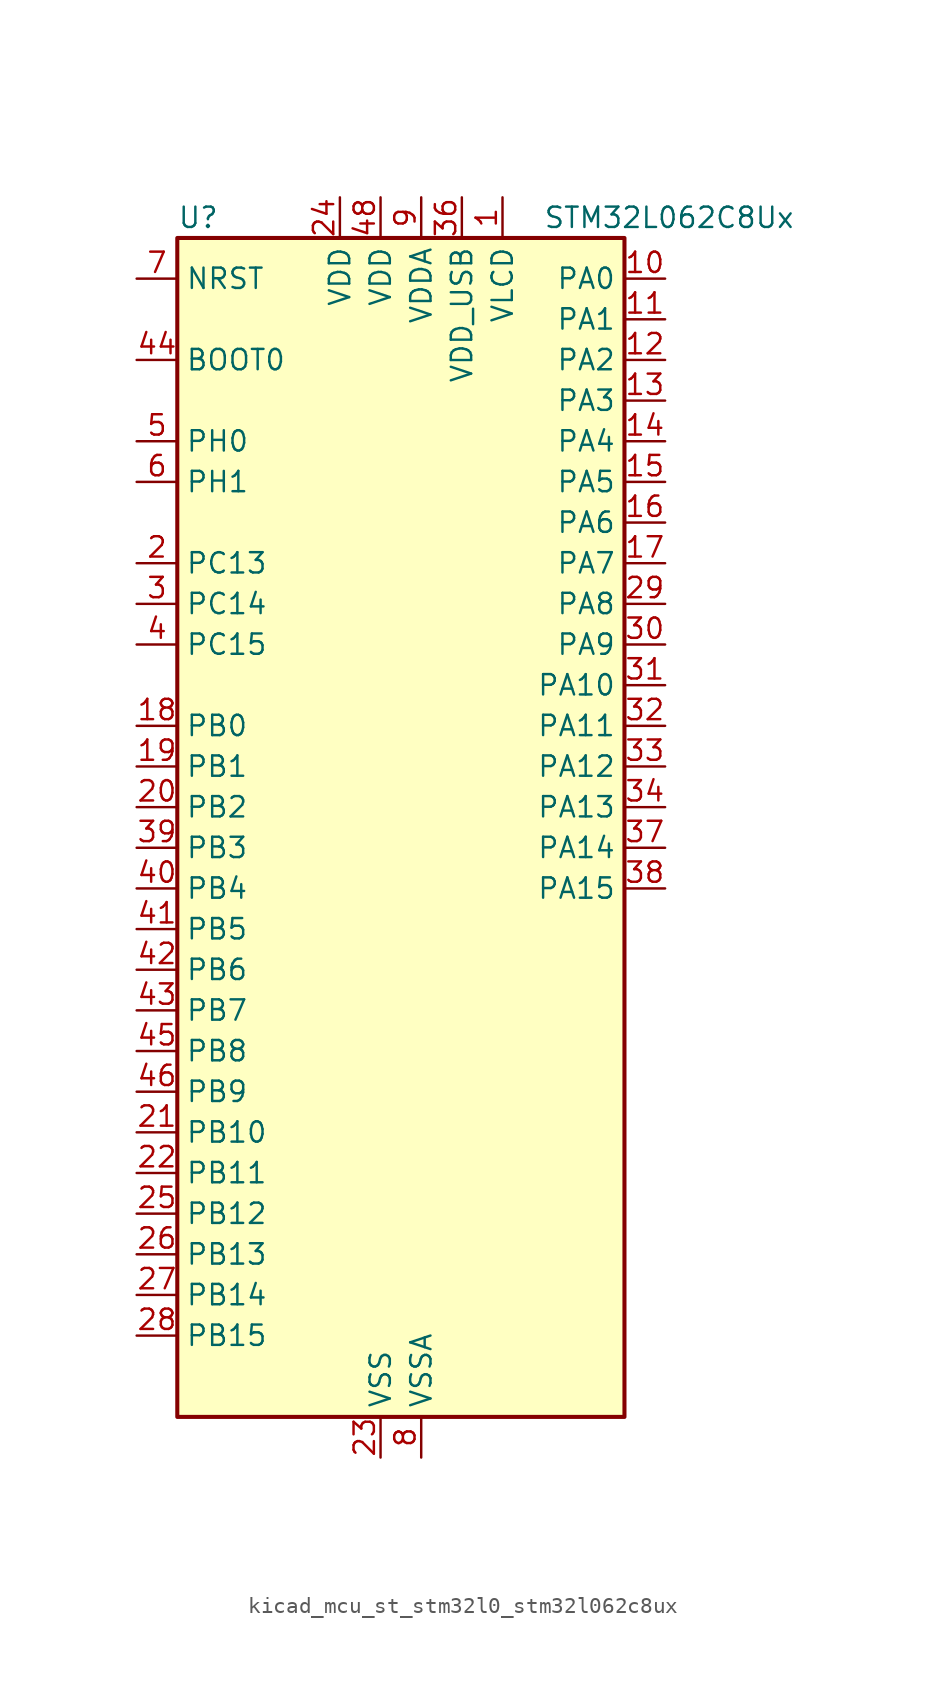
<source format=kicad_sym>
(kicad_symbol_lib
  (version 20220914)
  (generator kicad_symbol_editor)
  (symbol "kicad_mcu_st_stm32l0_stm32l062c8ux"
    (property "Reference" "U"
      (at -12.7 39.37 0)
      (effects (font (size 1.27 1.27)) (justify left)))
    (property "Value" "STM32L062C8Ux"
      (at 10.16 39.37 0)
      (effects (font (size 1.27 1.27)) (justify left)))
    (property "ki_locked" ""
      (at 0 0 0)
      (effects (font (size 1.27 1.27))))
    (symbol "kicad_mcu_st_stm32l0_stm32l062c8ux_0_1"
      (rectangle (start -12.7 -35.56) (end 15.24 38.1) (stroke (width 0.254) (type default)) (fill (type background))))
    (symbol "kicad_mcu_st_stm32l0_stm32l062c8ux_1_1"
      (pin power_in line (at 7.62 40.64 270) (length 2.54) (name "VLCD" (effects (font (size 1.27 1.27)))) (number "1" (effects (font (size 1.27 1.27)))))
      (pin bidirectional line (at 17.78 35.56 180) (length 2.54) (name "PA0" (effects (font (size 1.27 1.27)))) (number "10" (effects (font (size 1.27 1.27)))) (alternate "ADC_IN0" bidirectional line) (alternate "COMP1_INM" bidirectional line) (alternate "COMP1_OUT" bidirectional line) (alternate "RTC_TAMP2" bidirectional line) (alternate "SYS_WKUP1" bidirectional line) (alternate "TIM2_CH1" bidirectional line) (alternate "TIM2_ETR" bidirectional line) (alternate "TSC_G1_IO1" bidirectional line) (alternate "USART2_CTS" bidirectional line))
      (pin bidirectional line (at 17.78 33.02 180) (length 2.54) (name "PA1" (effects (font (size 1.27 1.27)))) (number "11" (effects (font (size 1.27 1.27)))) (alternate "ADC_IN1" bidirectional line) (alternate "COMP1_INP" bidirectional line) (alternate "TIM21_ETR" bidirectional line) (alternate "TIM2_CH2" bidirectional line) (alternate "TSC_G1_IO2" bidirectional line) (alternate "USART2_DE" bidirectional line) (alternate "USART2_RTS" bidirectional line))
      (pin bidirectional line (at 17.78 30.48 180) (length 2.54) (name "PA2" (effects (font (size 1.27 1.27)))) (number "12" (effects (font (size 1.27 1.27)))) (alternate "ADC_IN2" bidirectional line) (alternate "COMP2_INM" bidirectional line) (alternate "COMP2_OUT" bidirectional line) (alternate "TIM21_CH1" bidirectional line) (alternate "TIM2_CH3" bidirectional line) (alternate "TSC_G1_IO3" bidirectional line) (alternate "USART2_TX" bidirectional line))
      (pin bidirectional line (at 17.78 27.94 180) (length 2.54) (name "PA3" (effects (font (size 1.27 1.27)))) (number "13" (effects (font (size 1.27 1.27)))) (alternate "ADC_IN3" bidirectional line) (alternate "COMP2_INP" bidirectional line) (alternate "TIM21_CH2" bidirectional line) (alternate "TIM2_CH4" bidirectional line) (alternate "TSC_G1_IO4" bidirectional line) (alternate "USART2_RX" bidirectional line))
      (pin bidirectional line (at 17.78 25.4 180) (length 2.54) (name "PA4" (effects (font (size 1.27 1.27)))) (number "14" (effects (font (size 1.27 1.27)))) (alternate "ADC_IN4" bidirectional line) (alternate "COMP1_INM" bidirectional line) (alternate "COMP2_INM" bidirectional line) (alternate "DAC_OUT1" bidirectional line) (alternate "SPI1_NSS" bidirectional line) (alternate "TIM22_ETR" bidirectional line) (alternate "TSC_G2_IO1" bidirectional line) (alternate "USART2_CK" bidirectional line))
      (pin bidirectional line (at 17.78 22.86 180) (length 2.54) (name "PA5" (effects (font (size 1.27 1.27)))) (number "15" (effects (font (size 1.27 1.27)))) (alternate "ADC_IN5" bidirectional line) (alternate "COMP1_INM" bidirectional line) (alternate "COMP2_INM" bidirectional line) (alternate "SPI1_SCK" bidirectional line) (alternate "TIM2_CH1" bidirectional line) (alternate "TIM2_ETR" bidirectional line) (alternate "TSC_G2_IO2" bidirectional line))
      (pin bidirectional line (at 17.78 20.32 180) (length 2.54) (name "PA6" (effects (font (size 1.27 1.27)))) (number "16" (effects (font (size 1.27 1.27)))) (alternate "ADC_IN6" bidirectional line) (alternate "COMP1_OUT" bidirectional line) (alternate "LPUART1_CTS" bidirectional line) (alternate "SPI1_MISO" bidirectional line) (alternate "TIM22_CH1" bidirectional line) (alternate "TSC_G2_IO3" bidirectional line))
      (pin bidirectional line (at 17.78 17.78 180) (length 2.54) (name "PA7" (effects (font (size 1.27 1.27)))) (number "17" (effects (font (size 1.27 1.27)))) (alternate "ADC_IN7" bidirectional line) (alternate "COMP2_OUT" bidirectional line) (alternate "SPI1_MOSI" bidirectional line) (alternate "TIM22_CH2" bidirectional line) (alternate "TSC_G2_IO4" bidirectional line))
      (pin bidirectional line (at -15.24 7.62 0) (length 2.54) (name "PB0" (effects (font (size 1.27 1.27)))) (number "18" (effects (font (size 1.27 1.27)))) (alternate "ADC_IN8" bidirectional line) (alternate "SYS_VREF_OUT_PB0" bidirectional line) (alternate "TSC_G3_IO2" bidirectional line))
      (pin bidirectional line (at -15.24 5.08 0) (length 2.54) (name "PB1" (effects (font (size 1.27 1.27)))) (number "19" (effects (font (size 1.27 1.27)))) (alternate "ADC_IN9" bidirectional line) (alternate "LPUART1_DE" bidirectional line) (alternate "LPUART1_RTS" bidirectional line) (alternate "SYS_VREF_OUT_PB1" bidirectional line) (alternate "TSC_G3_IO3" bidirectional line))
      (pin bidirectional line (at -15.24 17.78 0) (length 2.54) (name "PC13" (effects (font (size 1.27 1.27)))) (number "2" (effects (font (size 1.27 1.27)))) (alternate "RTC_OUT_ALARM" bidirectional line) (alternate "RTC_OUT_CALIB" bidirectional line) (alternate "RTC_TAMP1" bidirectional line) (alternate "RTC_TS" bidirectional line) (alternate "SYS_WKUP2" bidirectional line))
      (pin bidirectional line (at -15.24 2.54 0) (length 2.54) (name "PB2" (effects (font (size 1.27 1.27)))) (number "20" (effects (font (size 1.27 1.27)))) (alternate "LPTIM1_OUT" bidirectional line) (alternate "TSC_G3_IO4" bidirectional line))
      (pin bidirectional line (at -15.24 -17.78 0) (length 2.54) (name "PB10" (effects (font (size 1.27 1.27)))) (number "21" (effects (font (size 1.27 1.27)))) (alternate "I2C2_SCL" bidirectional line) (alternate "LPUART1_TX" bidirectional line) (alternate "SPI2_SCK" bidirectional line) (alternate "TIM2_CH3" bidirectional line) (alternate "TSC_SYNC" bidirectional line))
      (pin bidirectional line (at -15.24 -20.32 0) (length 2.54) (name "PB11" (effects (font (size 1.27 1.27)))) (number "22" (effects (font (size 1.27 1.27)))) (alternate "ADC_EXTI11" bidirectional line) (alternate "I2C2_SDA" bidirectional line) (alternate "LPUART1_RX" bidirectional line) (alternate "TIM2_CH4" bidirectional line) (alternate "TSC_G6_IO1" bidirectional line))
      (pin power_in line (at 0 -38.1 90) (length 2.54) (name "VSS" (effects (font (size 1.27 1.27)))) (number "23" (effects (font (size 1.27 1.27)))))
      (pin power_in line (at -2.54 40.64 270) (length 2.54) (name "VDD" (effects (font (size 1.27 1.27)))) (number "24" (effects (font (size 1.27 1.27)))))
      (pin bidirectional line (at -15.24 -22.86 0) (length 2.54) (name "PB12" (effects (font (size 1.27 1.27)))) (number "25" (effects (font (size 1.27 1.27)))) (alternate "I2S2_WS" bidirectional line) (alternate "LPUART1_DE" bidirectional line) (alternate "LPUART1_RTS" bidirectional line) (alternate "SPI2_NSS" bidirectional line) (alternate "TSC_G6_IO2" bidirectional line))
      (pin bidirectional line (at -15.24 -25.4 0) (length 2.54) (name "PB13" (effects (font (size 1.27 1.27)))) (number "26" (effects (font (size 1.27 1.27)))) (alternate "I2C2_SCL" bidirectional line) (alternate "I2S2_CK" bidirectional line) (alternate "LPUART1_CTS" bidirectional line) (alternate "SPI2_SCK" bidirectional line) (alternate "TIM21_CH1" bidirectional line) (alternate "TSC_G6_IO3" bidirectional line))
      (pin bidirectional line (at -15.24 -27.94 0) (length 2.54) (name "PB14" (effects (font (size 1.27 1.27)))) (number "27" (effects (font (size 1.27 1.27)))) (alternate "I2C2_SDA" bidirectional line) (alternate "I2S2_MCK" bidirectional line) (alternate "LPUART1_DE" bidirectional line) (alternate "LPUART1_RTS" bidirectional line) (alternate "RTC_OUT_ALARM" bidirectional line) (alternate "RTC_OUT_CALIB" bidirectional line) (alternate "SPI2_MISO" bidirectional line) (alternate "TIM21_CH2" bidirectional line) (alternate "TSC_G6_IO4" bidirectional line))
      (pin bidirectional line (at -15.24 -30.48 0) (length 2.54) (name "PB15" (effects (font (size 1.27 1.27)))) (number "28" (effects (font (size 1.27 1.27)))) (alternate "I2S2_SD" bidirectional line) (alternate "RTC_REFIN" bidirectional line) (alternate "SPI2_MOSI" bidirectional line))
      (pin bidirectional line (at 17.78 15.24 180) (length 2.54) (name "PA8" (effects (font (size 1.27 1.27)))) (number "29" (effects (font (size 1.27 1.27)))) (alternate "CRS_SYNC" bidirectional line) (alternate "RCC_MCO" bidirectional line) (alternate "USART1_CK" bidirectional line))
      (pin bidirectional line (at -15.24 15.24 0) (length 2.54) (name "PC14" (effects (font (size 1.27 1.27)))) (number "3" (effects (font (size 1.27 1.27)))) (alternate "RCC_OSC32_IN" bidirectional line))
      (pin bidirectional line (at 17.78 12.7 180) (length 2.54) (name "PA9" (effects (font (size 1.27 1.27)))) (number "30" (effects (font (size 1.27 1.27)))) (alternate "DAC_EXTI9" bidirectional line) (alternate "RCC_MCO" bidirectional line) (alternate "TSC_G4_IO1" bidirectional line) (alternate "USART1_TX" bidirectional line))
      (pin bidirectional line (at 17.78 10.16 180) (length 2.54) (name "PA10" (effects (font (size 1.27 1.27)))) (number "31" (effects (font (size 1.27 1.27)))) (alternate "TSC_G4_IO2" bidirectional line) (alternate "USART1_RX" bidirectional line))
      (pin bidirectional line (at 17.78 7.62 180) (length 2.54) (name "PA11" (effects (font (size 1.27 1.27)))) (number "32" (effects (font (size 1.27 1.27)))) (alternate "ADC_EXTI11" bidirectional line) (alternate "COMP1_OUT" bidirectional line) (alternate "SPI1_MISO" bidirectional line) (alternate "TSC_G4_IO3" bidirectional line) (alternate "USART1_CTS" bidirectional line) (alternate "USB_DM" bidirectional line))
      (pin bidirectional line (at 17.78 5.08 180) (length 2.54) (name "PA12" (effects (font (size 1.27 1.27)))) (number "33" (effects (font (size 1.27 1.27)))) (alternate "COMP2_OUT" bidirectional line) (alternate "SPI1_MOSI" bidirectional line) (alternate "TSC_G4_IO4" bidirectional line) (alternate "USART1_DE" bidirectional line) (alternate "USART1_RTS" bidirectional line) (alternate "USB_DP" bidirectional line))
      (pin bidirectional line (at 17.78 2.54 180) (length 2.54) (name "PA13" (effects (font (size 1.27 1.27)))) (number "34" (effects (font (size 1.27 1.27)))) (alternate "SYS_SWDIO" bidirectional line) (alternate "USB_NOE" bidirectional line))
      (pin passive line (at 0 -38.1 90) (length 2.54) hide (name "VSS" (effects (font (size 1.27 1.27)))) (number "35" (effects (font (size 1.27 1.27)))))
      (pin power_in line (at 5.08 40.64 270) (length 2.54) (name "VDD_USB" (effects (font (size 1.27 1.27)))) (number "36" (effects (font (size 1.27 1.27)))))
      (pin bidirectional line (at 17.78 0 180) (length 2.54) (name "PA14" (effects (font (size 1.27 1.27)))) (number "37" (effects (font (size 1.27 1.27)))) (alternate "SYS_SWCLK" bidirectional line) (alternate "USART2_TX" bidirectional line))
      (pin bidirectional line (at 17.78 -2.54 180) (length 2.54) (name "PA15" (effects (font (size 1.27 1.27)))) (number "38" (effects (font (size 1.27 1.27)))) (alternate "SPI1_NSS" bidirectional line) (alternate "TIM2_CH1" bidirectional line) (alternate "TIM2_ETR" bidirectional line) (alternate "USART2_RX" bidirectional line))
      (pin bidirectional line (at -15.24 0 0) (length 2.54) (name "PB3" (effects (font (size 1.27 1.27)))) (number "39" (effects (font (size 1.27 1.27)))) (alternate "COMP2_INM" bidirectional line) (alternate "SPI1_SCK" bidirectional line) (alternate "TIM2_CH2" bidirectional line) (alternate "TSC_G5_IO1" bidirectional line))
      (pin bidirectional line (at -15.24 12.7 0) (length 2.54) (name "PC15" (effects (font (size 1.27 1.27)))) (number "4" (effects (font (size 1.27 1.27)))) (alternate "RCC_OSC32_OUT" bidirectional line))
      (pin bidirectional line (at -15.24 -2.54 0) (length 2.54) (name "PB4" (effects (font (size 1.27 1.27)))) (number "40" (effects (font (size 1.27 1.27)))) (alternate "COMP2_INP" bidirectional line) (alternate "SPI1_MISO" bidirectional line) (alternate "TIM22_CH1" bidirectional line) (alternate "TSC_G5_IO2" bidirectional line))
      (pin bidirectional line (at -15.24 -5.08 0) (length 2.54) (name "PB5" (effects (font (size 1.27 1.27)))) (number "41" (effects (font (size 1.27 1.27)))) (alternate "COMP2_INP" bidirectional line) (alternate "I2C1_SMBA" bidirectional line) (alternate "LPTIM1_IN1" bidirectional line) (alternate "SPI1_MOSI" bidirectional line) (alternate "TIM22_CH2" bidirectional line))
      (pin bidirectional line (at -15.24 -7.62 0) (length 2.54) (name "PB6" (effects (font (size 1.27 1.27)))) (number "42" (effects (font (size 1.27 1.27)))) (alternate "COMP2_INP" bidirectional line) (alternate "I2C1_SCL" bidirectional line) (alternate "LPTIM1_ETR" bidirectional line) (alternate "TSC_G5_IO3" bidirectional line) (alternate "USART1_TX" bidirectional line))
      (pin bidirectional line (at -15.24 -10.16 0) (length 2.54) (name "PB7" (effects (font (size 1.27 1.27)))) (number "43" (effects (font (size 1.27 1.27)))) (alternate "COMP2_INP" bidirectional line) (alternate "I2C1_SDA" bidirectional line) (alternate "LPTIM1_IN2" bidirectional line) (alternate "SYS_PVD_IN" bidirectional line) (alternate "TSC_G5_IO4" bidirectional line) (alternate "USART1_RX" bidirectional line))
      (pin input line (at -15.24 30.48 0) (length 2.54) (name "BOOT0" (effects (font (size 1.27 1.27)))) (number "44" (effects (font (size 1.27 1.27)))))
      (pin bidirectional line (at -15.24 -12.7 0) (length 2.54) (name "PB8" (effects (font (size 1.27 1.27)))) (number "45" (effects (font (size 1.27 1.27)))) (alternate "I2C1_SCL" bidirectional line) (alternate "TSC_SYNC" bidirectional line))
      (pin bidirectional line (at -15.24 -15.24 0) (length 2.54) (name "PB9" (effects (font (size 1.27 1.27)))) (number "46" (effects (font (size 1.27 1.27)))) (alternate "DAC_EXTI9" bidirectional line) (alternate "I2C1_SDA" bidirectional line) (alternate "I2S2_WS" bidirectional line) (alternate "SPI2_NSS" bidirectional line))
      (pin passive line (at 0 -38.1 90) (length 2.54) hide (name "VSS" (effects (font (size 1.27 1.27)))) (number "47" (effects (font (size 1.27 1.27)))))
      (pin power_in line (at 0 40.64 270) (length 2.54) (name "VDD" (effects (font (size 1.27 1.27)))) (number "48" (effects (font (size 1.27 1.27)))))
      (pin passive line (at 0 -38.1 90) (length 2.54) hide (name "VSS" (effects (font (size 1.27 1.27)))) (number "49" (effects (font (size 1.27 1.27)))))
      (pin bidirectional line (at -15.24 25.4 0) (length 2.54) (name "PH0" (effects (font (size 1.27 1.27)))) (number "5" (effects (font (size 1.27 1.27)))) (alternate "CRS_SYNC" bidirectional line) (alternate "RCC_OSC_IN" bidirectional line))
      (pin bidirectional line (at -15.24 22.86 0) (length 2.54) (name "PH1" (effects (font (size 1.27 1.27)))) (number "6" (effects (font (size 1.27 1.27)))) (alternate "RCC_OSC_OUT" bidirectional line))
      (pin input line (at -15.24 35.56 0) (length 2.54) (name "NRST" (effects (font (size 1.27 1.27)))) (number "7" (effects (font (size 1.27 1.27)))))
      (pin power_in line (at 2.54 -38.1 90) (length 2.54) (name "VSSA" (effects (font (size 1.27 1.27)))) (number "8" (effects (font (size 1.27 1.27)))))
      (pin power_in line (at 2.54 40.64 270) (length 2.54) (name "VDDA" (effects (font (size 1.27 1.27)))) (number "9" (effects (font (size 1.27 1.27))))))))
</source>
